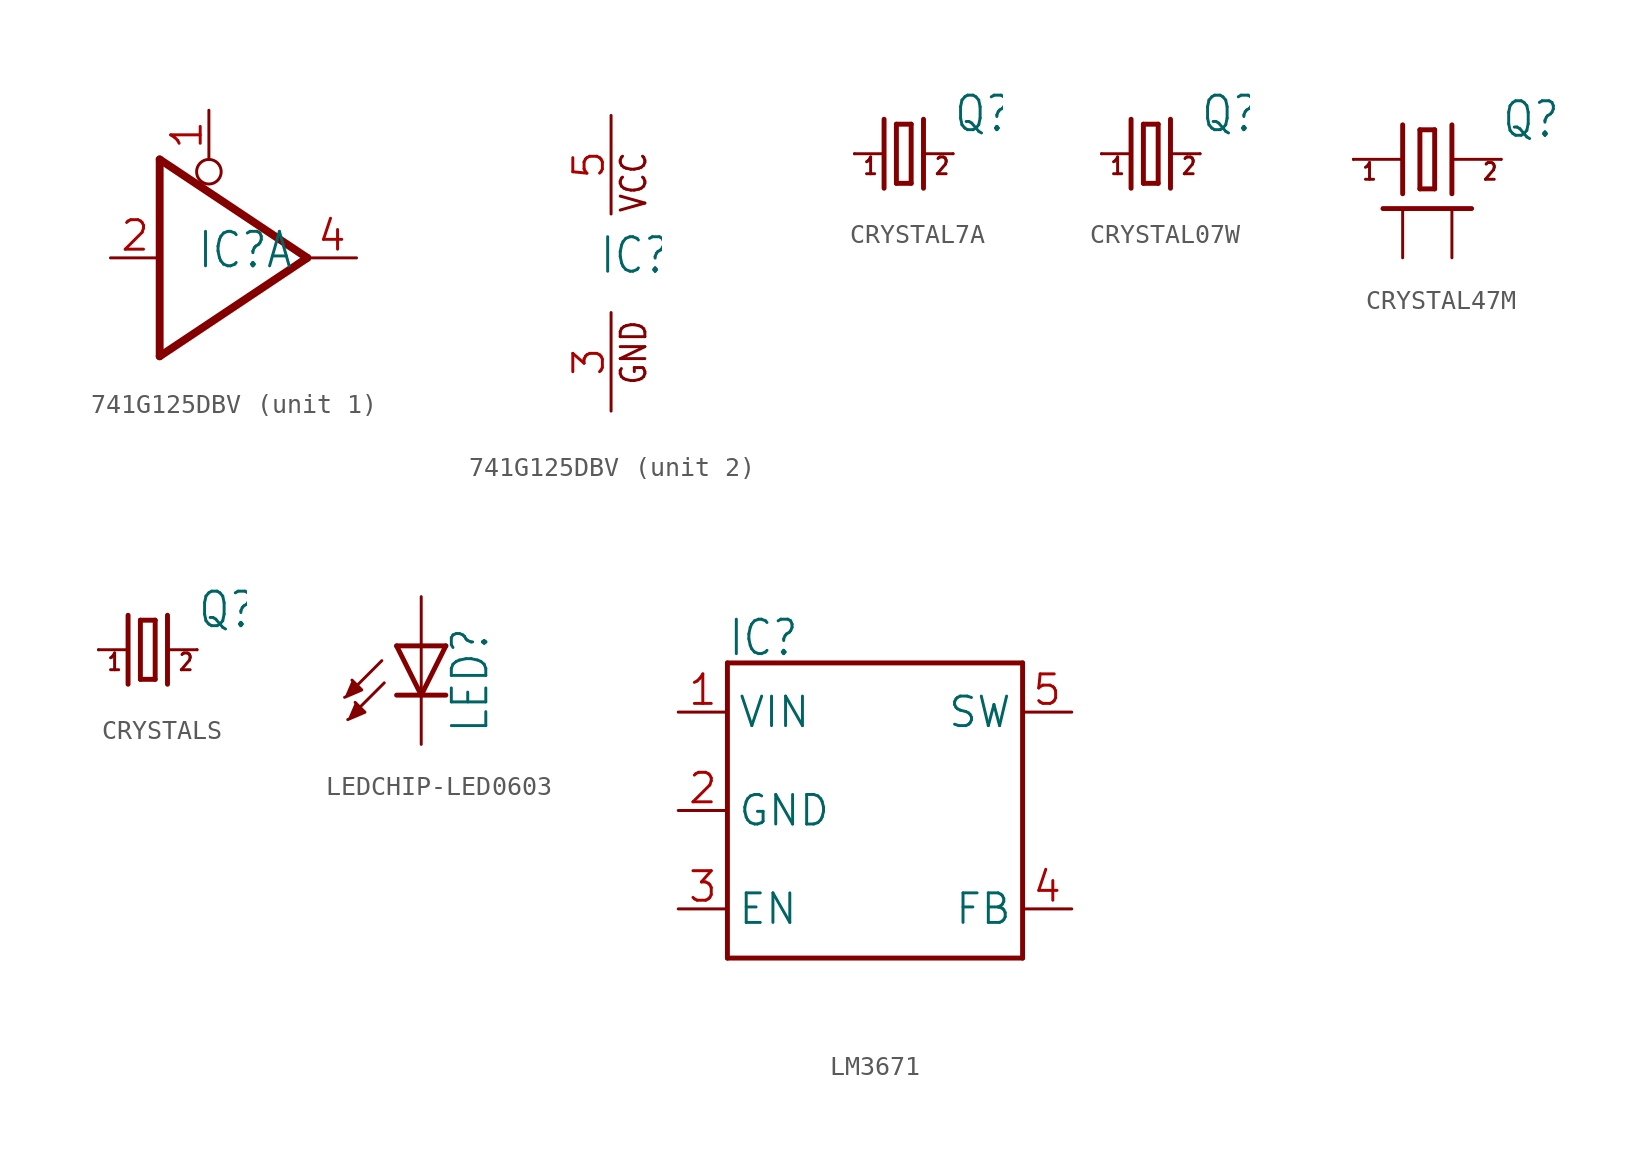
<source format=kicad_sym>
(kicad_symbol_lib
  (version 20241209)
  (generator "kicad_symbol_editor")
  (generator_version "9.0")
  (symbol "741G125DBV"
    (property "Reference" "IC"
      (at -0.635 -0.635 0)
      (effects (font (size 1.778 1.511)) (justify left bottom)))
    (property "ki_locked" ""
      (at 0 0 0)
      (effects (font (size 1.27 1.27))))
    (symbol "741G125DBV_1_0"
      (polyline (pts (xy -2.54 -5.08) (xy -2.54 5.08)) (stroke (width 0.406) (type solid)) (fill (type none)))
      (circle (center 0 4.445) (radius 0.635) (stroke (width 0.152) (type solid)) (fill (type none)))
      (polyline (pts (xy 5.08 0) (xy -2.54 5.08)) (stroke (width 0.406) (type solid)) (fill (type none)))
      (polyline (pts (xy 5.08 0) (xy -2.54 -5.08)) (stroke (width 0.406) (type solid)) (fill (type none)))
      (pin input line (at -5.08 0 0) (length 2.54) (name "I" (effects (font (size 0 0)))) (number "2" (effects (font (size 1.524 1.524)))))
      (pin input line (at 0 7.62 270) (length 2.54) (name "OE" (effects (font (size 0 0)))) (number "1" (effects (font (size 1.524 1.524)))))
      (pin tri_state line (at 7.62 0 180) (length 2.54) (name "O" (effects (font (size 0 0)))) (number "4" (effects (font (size 1.524 1.524))))))
    (symbol "741G125DBV_2_0"
      (text "VCC" (at 1.905 2.54 900) (effects (font (size 1.27 1.079)) (justify left bottom)))
      (text "GND" (at 1.905 -6.35 900) (effects (font (size 1.27 1.079)) (justify left bottom)))
      (pin power_in line (at 0 7.62 270) (length 5.08) (name "VCC" (effects (font (size 0 0)))) (number "5" (effects (font (size 1.524 1.524)))))
      (pin power_in line (at 0 -7.62 90) (length 5.08) (name "GND" (effects (font (size 0 0)))) (number "3" (effects (font (size 1.524 1.524)))))))
  (symbol "CRYSTAL7A"
    (property "Reference" "Q"
      (at 2.54 1.016 0)
      (effects (font (size 1.778 1.511)) (justify left bottom)))
    (property "Value" ""
      (at 2.54 -2.54 0)
      (effects (font (size 1.778 1.511)) (justify left bottom)))
    (property "ki_locked" ""
      (at 0 0 0)
      (effects (font (size 1.27 1.27))))
    (symbol "CRYSTAL7A_1_0"
      (polyline (pts (xy -2.54 0) (xy -1.016 0)) (stroke (width 0.152) (type solid)) (fill (type none)))
      (polyline (pts (xy -1.016 1.778) (xy -1.016 -1.778)) (stroke (width 0.254) (type solid)) (fill (type none)))
      (polyline (pts (xy -0.381 1.524) (xy -0.381 -1.524)) (stroke (width 0.254) (type solid)) (fill (type none)))
      (polyline (pts (xy -0.381 -1.524) (xy 0.381 -1.524)) (stroke (width 0.254) (type solid)) (fill (type none)))
      (polyline (pts (xy 0.381 1.524) (xy -0.381 1.524)) (stroke (width 0.254) (type solid)) (fill (type none)))
      (polyline (pts (xy 0.381 -1.524) (xy 0.381 1.524)) (stroke (width 0.254) (type solid)) (fill (type none)))
      (polyline (pts (xy 1.016 1.778) (xy 1.016 -1.778)) (stroke (width 0.254) (type solid)) (fill (type none)))
      (polyline (pts (xy 1.016 0) (xy 2.54 0)) (stroke (width 0.152) (type solid)) (fill (type none)))
      (text "1" (at -2.159 -1.143 0) (effects (font (size 0.864 0.734)) (justify left bottom)))
      (text "2" (at 1.524 -1.143 0) (effects (font (size 0.864 0.734)) (justify left bottom)))
      (pin passive line (at -2.54 0 0) (length 0) (name "1" (effects (font (size 0 0)))) (number "1" (effects (font (size 0 0)))))
      (pin passive line (at 2.54 0 180) (length 0) (name "2" (effects (font (size 0 0)))) (number "2" (effects (font (size 0 0)))))))
  (symbol "CRYSTAL07W"
    (property "Reference" "Q"
      (at 2.54 1.016 0)
      (effects (font (size 1.778 1.511)) (justify left bottom)))
    (property "Value" ""
      (at 2.54 -2.54 0)
      (effects (font (size 1.778 1.511)) (justify left bottom)))
    (property "ki_locked" ""
      (at 0 0 0)
      (effects (font (size 1.27 1.27))))
    (symbol "CRYSTAL07W_1_0"
      (polyline (pts (xy -2.54 0) (xy -1.016 0)) (stroke (width 0.152) (type solid)) (fill (type none)))
      (polyline (pts (xy -1.016 1.778) (xy -1.016 -1.778)) (stroke (width 0.254) (type solid)) (fill (type none)))
      (polyline (pts (xy -0.381 1.524) (xy -0.381 -1.524)) (stroke (width 0.254) (type solid)) (fill (type none)))
      (polyline (pts (xy -0.381 -1.524) (xy 0.381 -1.524)) (stroke (width 0.254) (type solid)) (fill (type none)))
      (polyline (pts (xy 0.381 1.524) (xy -0.381 1.524)) (stroke (width 0.254) (type solid)) (fill (type none)))
      (polyline (pts (xy 0.381 -1.524) (xy 0.381 1.524)) (stroke (width 0.254) (type solid)) (fill (type none)))
      (polyline (pts (xy 1.016 1.778) (xy 1.016 -1.778)) (stroke (width 0.254) (type solid)) (fill (type none)))
      (polyline (pts (xy 1.016 0) (xy 2.54 0)) (stroke (width 0.152) (type solid)) (fill (type none)))
      (text "1" (at -2.159 -1.143 0) (effects (font (size 0.864 0.734)) (justify left bottom)))
      (text "2" (at 1.524 -1.143 0) (effects (font (size 0.864 0.734)) (justify left bottom)))
      (pin passive line (at -2.54 0 0) (length 0) (name "1" (effects (font (size 0 0)))) (number "1" (effects (font (size 0 0)))))
      (pin passive line (at 2.54 0 180) (length 0) (name "2" (effects (font (size 0 0)))) (number "2" (effects (font (size 0 0)))))))
  (symbol "CRYSTAL47M"
    (property "Reference" "Q"
      (at 5.08 1.016 0)
      (effects (font (size 1.778 1.511)) (justify left bottom)))
    (property "Value" ""
      (at 5.08 -2.54 0)
      (effects (font (size 1.778 1.511)) (justify left bottom)))
    (property "ki_locked" ""
      (at 0 0 0)
      (effects (font (size 1.27 1.27))))
    (symbol "CRYSTAL47M_1_0"
      (polyline (pts (xy -2.54 0) (xy 0 0)) (stroke (width 0.152) (type solid)) (fill (type none)))
      (polyline (pts (xy -1.016 -2.54) (xy 3.556 -2.54)) (stroke (width 0.254) (type solid)) (fill (type none)))
      (polyline (pts (xy 0 1.778) (xy 0 -1.778)) (stroke (width 0.254) (type solid)) (fill (type none)))
      (polyline (pts (xy 0.889 1.524) (xy 0.889 -1.524)) (stroke (width 0.254) (type solid)) (fill (type none)))
      (polyline (pts (xy 0.889 -1.524) (xy 1.651 -1.524)) (stroke (width 0.254) (type solid)) (fill (type none)))
      (polyline (pts (xy 1.651 1.524) (xy 0.889 1.524)) (stroke (width 0.254) (type solid)) (fill (type none)))
      (polyline (pts (xy 1.651 -1.524) (xy 1.651 1.524)) (stroke (width 0.254) (type solid)) (fill (type none)))
      (polyline (pts (xy 2.54 1.778) (xy 2.54 -1.778)) (stroke (width 0.254) (type solid)) (fill (type none)))
      (polyline (pts (xy 2.54 0) (xy 5.08 0)) (stroke (width 0.152) (type solid)) (fill (type none)))
      (text "1" (at -2.159 -1.143 0) (effects (font (size 0.864 0.734)) (justify left bottom)))
      (text "2" (at 4.064 -1.143 0) (effects (font (size 0.864 0.734)) (justify left bottom)))
      (pin passive line (at -2.54 0 0) (length 0) (name "1" (effects (font (size 0 0)))) (number "1" (effects (font (size 0 0)))))
      (pin bidirectional line (at 0 -5.08 90) (length 2.54) (name "GND1" (effects (font (size 0 0)))) (number "2" (effects (font (size 0 0)))))
      (pin bidirectional line (at 2.54 -5.08 90) (length 2.54) (name "GND2" (effects (font (size 0 0)))) (number "4" (effects (font (size 0 0)))))
      (pin passive line (at 5.08 0 180) (length 0) (name "2" (effects (font (size 0 0)))) (number "3" (effects (font (size 0 0)))))))
  (symbol "CRYSTALS"
    (property "Reference" "Q"
      (at 2.54 1.016 0)
      (effects (font (size 1.778 1.511)) (justify left bottom)))
    (property "Value" ""
      (at 2.54 -2.54 0)
      (effects (font (size 1.778 1.511)) (justify left bottom)))
    (property "ki_locked" ""
      (at 0 0 0)
      (effects (font (size 1.27 1.27))))
    (symbol "CRYSTALS_1_0"
      (polyline (pts (xy -2.54 0) (xy -1.016 0)) (stroke (width 0.152) (type solid)) (fill (type none)))
      (polyline (pts (xy -1.016 1.778) (xy -1.016 -1.778)) (stroke (width 0.254) (type solid)) (fill (type none)))
      (polyline (pts (xy -0.381 1.524) (xy -0.381 -1.524)) (stroke (width 0.254) (type solid)) (fill (type none)))
      (polyline (pts (xy -0.381 -1.524) (xy 0.381 -1.524)) (stroke (width 0.254) (type solid)) (fill (type none)))
      (polyline (pts (xy 0.381 1.524) (xy -0.381 1.524)) (stroke (width 0.254) (type solid)) (fill (type none)))
      (polyline (pts (xy 0.381 -1.524) (xy 0.381 1.524)) (stroke (width 0.254) (type solid)) (fill (type none)))
      (polyline (pts (xy 1.016 1.778) (xy 1.016 -1.778)) (stroke (width 0.254) (type solid)) (fill (type none)))
      (polyline (pts (xy 1.016 0) (xy 2.54 0)) (stroke (width 0.152) (type solid)) (fill (type none)))
      (text "1" (at -2.159 -1.143 0) (effects (font (size 0.864 0.734)) (justify left bottom)))
      (text "2" (at 1.524 -1.143 0) (effects (font (size 0.864 0.734)) (justify left bottom)))
      (pin passive line (at -2.54 0 0) (length 0) (name "1" (effects (font (size 0 0)))) (number "1" (effects (font (size 0 0)))))
      (pin passive line (at 2.54 0 180) (length 0) (name "2" (effects (font (size 0 0)))) (number "3" (effects (font (size 0 0)))))))
  (symbol "LEDCHIP-LED0603"
    (property "Reference" "LED"
      (at 3.556 -4.572 90)
      (effects (font (size 1.778 1.511)) (justify left bottom)))
    (property "Value" ""
      (at 5.715 -4.572 90)
      (effects (font (size 1.778 1.511)) (justify left bottom)))
    (symbol "LEDCHIP-LED0603_1_0"
      (polyline (pts (xy -3.953 -2.653) (xy -3.064 -2.272) (xy -3.572 -1.764)) (stroke (width 0.152) (type solid)) (fill (type outline)))
      (polyline (pts (xy -3.79 -3.802) (xy -2.901 -3.421) (xy -3.409 -2.913)) (stroke (width 0.152) (type solid)) (fill (type outline)))
      (polyline (pts (xy -2.032 -0.762) (xy -3.429 -2.159)) (stroke (width 0.152) (type solid)) (fill (type none)))
      (polyline (pts (xy -1.905 -1.905) (xy -3.302 -3.302)) (stroke (width 0.152) (type solid)) (fill (type none)))
      (polyline (pts (xy 0 0) (xy -1.27 0)) (stroke (width 0.254) (type solid)) (fill (type none)))
      (polyline (pts (xy 0 0) (xy 0 -2.54)) (stroke (width 0.152) (type solid)) (fill (type none)))
      (polyline (pts (xy 0 -2.54) (xy -1.27 0)) (stroke (width 0.254) (type solid)) (fill (type none)))
      (polyline (pts (xy 0 -2.54) (xy -1.27 -2.54)) (stroke (width 0.254) (type solid)) (fill (type none)))
      (polyline (pts (xy 1.27 0) (xy 0 0)) (stroke (width 0.254) (type solid)) (fill (type none)))
      (polyline (pts (xy 1.27 0) (xy 0 -2.54)) (stroke (width 0.254) (type solid)) (fill (type none)))
      (polyline (pts (xy 1.27 -2.54) (xy 0 -2.54)) (stroke (width 0.254) (type solid)) (fill (type none)))
      (pin passive line (at 0 2.54 270) (length 2.54) (name "A" (effects (font (size 0 0)))) (number "A" (effects (font (size 0 0)))))
      (pin passive line (at 0 -5.08 90) (length 2.54) (name "C" (effects (font (size 0 0)))) (number "C" (effects (font (size 0 0)))))))
  (symbol "LM3671"
    (property "Reference" "IC"
      (at -7.62 7.874 0)
      (effects (font (size 1.778 1.511)) (justify left bottom)))
    (property "Value" ""
      (at -7.62 -10.16 0)
      (effects (font (size 1.778 1.511)) (justify left bottom)))
    (property "ki_locked" ""
      (at 0 0 0)
      (effects (font (size 1.27 1.27))))
    (symbol "LM3671_1_0"
      (polyline (pts (xy -7.62 7.62) (xy 7.62 7.62)) (stroke (width 0.254) (type solid)) (fill (type none)))
      (polyline (pts (xy -7.62 -7.62) (xy -7.62 7.62)) (stroke (width 0.254) (type solid)) (fill (type none)))
      (polyline (pts (xy 7.62 7.62) (xy 7.62 -7.62)) (stroke (width 0.254) (type solid)) (fill (type none)))
      (polyline (pts (xy 7.62 -7.62) (xy -7.62 -7.62)) (stroke (width 0.254) (type solid)) (fill (type none)))
      (pin bidirectional line (at -10.16 5.08 0) (length 2.54) (name "VIN" (effects (font (size 1.524 1.524)))) (number "1" (effects (font (size 1.524 1.524)))))
      (pin bidirectional line (at -10.16 0 0) (length 2.54) (name "GND" (effects (font (size 1.524 1.524)))) (number "2" (effects (font (size 1.524 1.524)))))
      (pin bidirectional line (at -10.16 -5.08 0) (length 2.54) (name "EN" (effects (font (size 1.524 1.524)))) (number "3" (effects (font (size 1.524 1.524)))))
      (pin bidirectional line (at 10.16 5.08 180) (length 2.54) (name "SW" (effects (font (size 1.524 1.524)))) (number "5" (effects (font (size 1.524 1.524)))))
      (pin bidirectional line (at 10.16 -5.08 180) (length 2.54) (name "FB" (effects (font (size 1.524 1.524)))) (number "4" (effects (font (size 1.524 1.524))))))))
</source>
